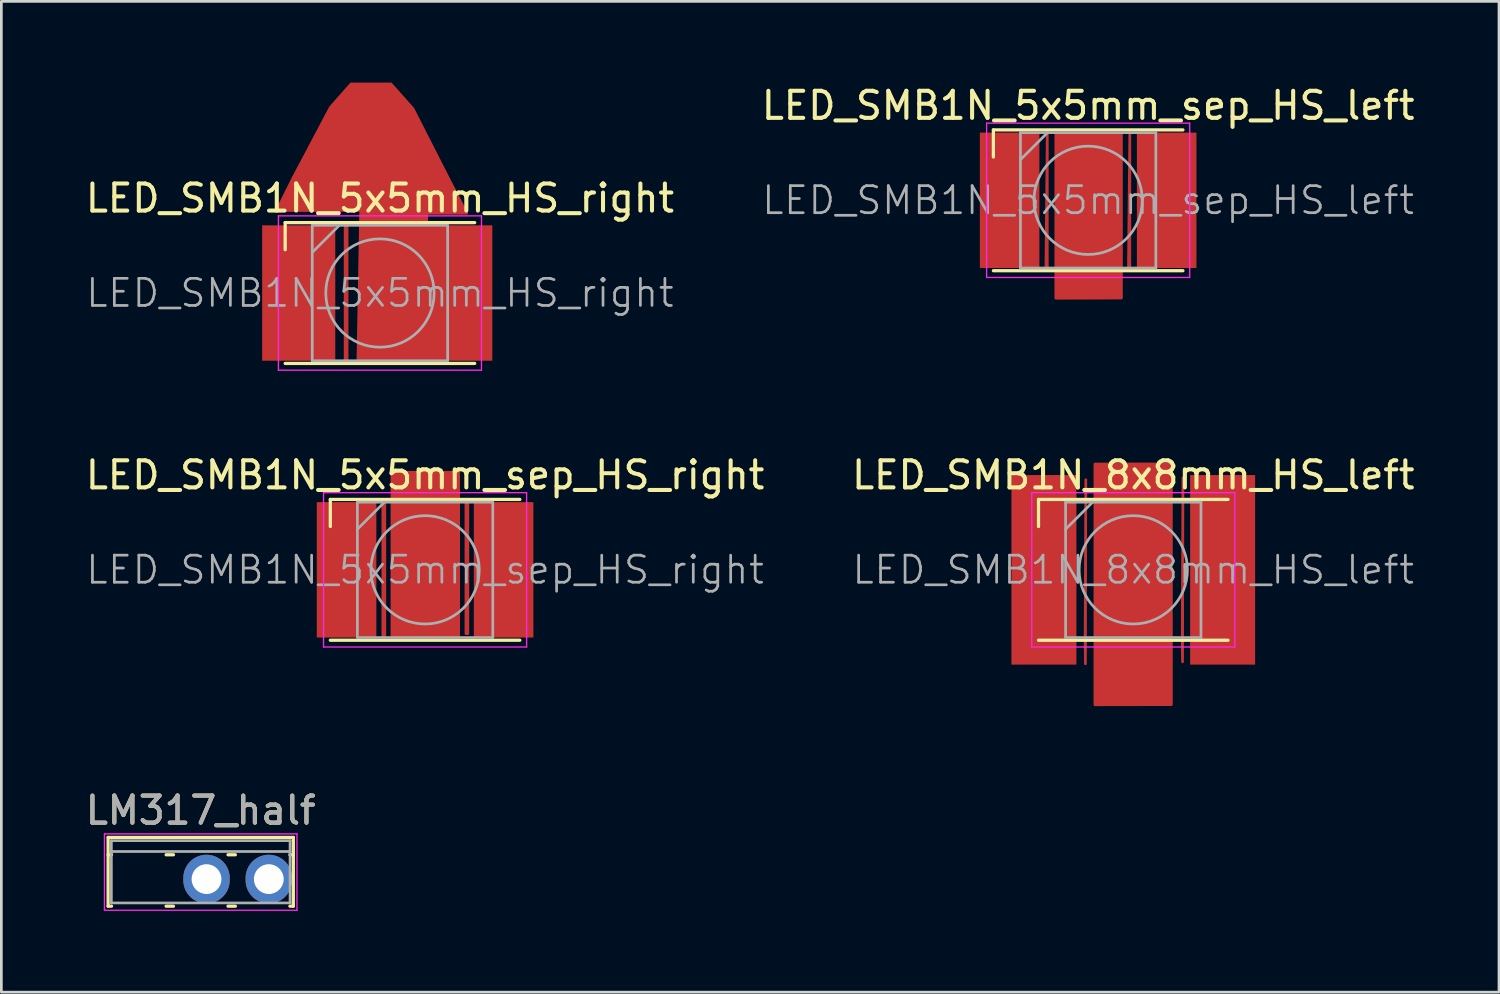
<source format=kicad_pcb>
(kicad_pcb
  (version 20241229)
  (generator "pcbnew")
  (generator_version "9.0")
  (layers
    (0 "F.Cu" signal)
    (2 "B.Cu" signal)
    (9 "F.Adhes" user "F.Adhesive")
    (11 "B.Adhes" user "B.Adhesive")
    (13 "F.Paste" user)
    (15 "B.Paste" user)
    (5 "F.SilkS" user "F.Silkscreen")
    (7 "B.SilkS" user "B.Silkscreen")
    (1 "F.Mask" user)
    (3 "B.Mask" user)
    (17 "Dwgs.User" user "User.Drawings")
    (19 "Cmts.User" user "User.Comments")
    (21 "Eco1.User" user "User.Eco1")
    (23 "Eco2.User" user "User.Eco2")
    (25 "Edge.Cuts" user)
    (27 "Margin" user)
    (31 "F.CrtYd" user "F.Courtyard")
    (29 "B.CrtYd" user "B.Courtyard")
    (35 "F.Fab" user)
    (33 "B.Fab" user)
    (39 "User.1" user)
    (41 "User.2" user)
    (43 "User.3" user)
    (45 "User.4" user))
  (footprint "LED_SMB1N_8x8mm_HS_left"
    (layer "F.Cu")
    (at 38.804 17.995)
    (property "Reference" "LED_SMB1N_8x8mm_HS_left" (at 0 -3.5 0) (layer "F.SilkS") (effects (font (size 1 1) (thickness 0.15))))
    (attr smd)
    (fp_poly (pts (xy -1.768 3.47) (xy -1.778 2.576) (xy -1.753 -3.327)) (stroke (width 0.1) (type solid)) (fill yes) (layer "F.Cu"))
    (fp_poly (pts (xy 1.819 3.399) (xy 1.808 2.504) (xy 1.834 -3.399)) (stroke (width 0.1) (type solid)) (fill yes) (layer "F.Cu"))
    (fp_poly (pts (xy 1.407 4.978) (xy -1.417 4.983) (xy -1.417 -3.907) (xy 1.407 -3.912)) (stroke (width 0.1) (type solid)) (fill yes) (layer "F.Cu"))
    (fp_line (start -3.5 -2.6) (end 3.5 -2.6) (stroke (width 0.12) (type solid)) (layer "F.SilkS"))
    (fp_line (start -3.5 -1.6) (end -3.5 -2.6) (stroke (width 0.12) (type solid)) (layer "F.SilkS"))
    (fp_line (start -3.5 2.6) (end 3.5 2.6) (stroke (width 0.12) (type solid)) (layer "F.SilkS"))
    (fp_line (start -3.75 -2.85) (end -3.75 2.85) (stroke (width 0.05) (type solid)) (layer "F.CrtYd"))
    (fp_line (start -3.75 2.85) (end 3.75 2.85) (stroke (width 0.05) (type solid)) (layer "F.CrtYd"))
    (fp_line (start 3.75 -2.85) (end -3.75 -2.85) (stroke (width 0.05) (type solid)) (layer "F.CrtYd"))
    (fp_line (start 3.75 2.85) (end 3.75 -2.85) (stroke (width 0.05) (type solid)) (layer "F.CrtYd"))
    (fp_line (start -2.5 -2.5) (end -2.5 2.5) (stroke (width 0.1) (type solid)) (layer "F.Fab"))
    (fp_line (start -2.5 2.5) (end 2.5 2.5) (stroke (width 0.1) (type solid)) (layer "F.Fab"))
    (fp_line (start -1.5 -2.5) (end -2.5 -1.5) (stroke (width 0.1) (type solid)) (layer "F.Fab"))
    (fp_line (start 2.5 -2.5) (end -2.5 -2.5) (stroke (width 0.1) (type solid)) (layer "F.Fab"))
    (fp_line (start 2.5 2.5) (end 2.5 -2.5) (stroke (width 0.1) (type solid)) (layer "F.Fab"))
    (fp_circle (center 0 0) (end 0 -2) (stroke (width 0.1) (type solid)) (fill no) (layer "F.Fab"))
    (fp_text user "${REFERENCE}" (at 0 0 0) (layer "F.Fab") (effects (font (size 1 1) (thickness 0.1))))
    (pad "1" smd rect (at -3.3 0) (size 2.4 7) (layers "F.Cu" "F.Mask" "F.Paste"))
    (pad "2" smd rect (at 3.3 0) (size 2.4 7) (layers "F.Cu" "F.Mask" "F.Paste")))
  (footprint "LED_SMB1N_5x5mm_sep_HS_right"
    (layer "F.Cu")
    (at 12.649 17.995)
    (property "Reference" "LED_SMB1N_5x5mm_sep_HS_right" (at 0 -3.5 0) (layer "F.SilkS") (effects (font (size 1 1) (thickness 0.15))))
    (attr smd)
    (fp_poly (pts (xy -1.488 2.464) (xy -1.56 2.464) (xy -1.56 -2.484) (xy -1.488 -2.484)) (stroke (width 0.1) (type solid)) (fill yes) (layer "F.Cu"))
    (fp_poly (pts (xy 1.24 2.479) (xy -1.224 2.479) (xy -1.224 -3.602) (xy 1.24 -3.602)) (stroke (width 0.1) (type solid)) (fill yes) (layer "F.Cu"))
    (fp_poly (pts (xy 1.58 2.357) (xy 1.509 2.357) (xy 1.509 -2.591) (xy 1.58 -2.591)) (stroke (width 0.1) (type solid)) (fill yes) (layer "F.Cu"))
    (fp_line (start -3.5 -2.6) (end 3.5 -2.6) (stroke (width 0.12) (type solid)) (layer "F.SilkS"))
    (fp_line (start -3.5 -1.6) (end -3.5 -2.6) (stroke (width 0.12) (type solid)) (layer "F.SilkS"))
    (fp_line (start -3.5 2.6) (end 3.5 2.6) (stroke (width 0.12) (type solid)) (layer "F.SilkS"))
    (fp_line (start -3.75 -2.85) (end -3.75 2.85) (stroke (width 0.05) (type solid)) (layer "F.CrtYd"))
    (fp_line (start -3.75 2.85) (end 3.75 2.85) (stroke (width 0.05) (type solid)) (layer "F.CrtYd"))
    (fp_line (start 3.75 -2.85) (end -3.75 -2.85) (stroke (width 0.05) (type solid)) (layer "F.CrtYd"))
    (fp_line (start 3.75 2.85) (end 3.75 -2.85) (stroke (width 0.05) (type solid)) (layer "F.CrtYd"))
    (fp_line (start -2.5 -2.5) (end -2.5 2.5) (stroke (width 0.1) (type solid)) (layer "F.Fab"))
    (fp_line (start -2.5 2.5) (end 2.5 2.5) (stroke (width 0.1) (type solid)) (layer "F.Fab"))
    (fp_line (start -1.5 -2.5) (end -2.5 -1.5) (stroke (width 0.1) (type solid)) (layer "F.Fab"))
    (fp_line (start 2.5 -2.5) (end -2.5 -2.5) (stroke (width 0.1) (type solid)) (layer "F.Fab"))
    (fp_line (start 2.5 2.5) (end 2.5 -2.5) (stroke (width 0.1) (type solid)) (layer "F.Fab"))
    (fp_circle (center 0 0) (end 0 -2) (stroke (width 0.1) (type solid)) (fill no) (layer "F.Fab"))
    (fp_text user "${REFERENCE}" (at 0 0 0) (layer "F.Fab") (effects (font (size 1 1) (thickness 0.1))))
    (pad "1" smd rect (at -2.9 0) (size 2.2 5) (layers "F.Cu" "F.Mask" "F.Paste"))
    (pad "2" smd rect (at 2.9 0) (size 2.2 5) (layers "F.Cu" "F.Mask" "F.Paste")))
  (footprint "LED_SMB1N_5x5mm_HS_right"
    (layer "F.Cu")
    (at 10.982 7.772)
    (property "Reference" "LED_SMB1N_5x5mm_HS_right" (at 0 -3.5 0) (layer "F.SilkS") (effects (font (size 1 1) (thickness 0.15))))
    (attr smd)
    (fp_poly (pts (xy -1.214 2.464) (xy -1.285 2.464) (xy -1.285 -2.484) (xy -1.214 -2.484)) (stroke (width 0.1) (type solid)) (fill yes) (layer "F.Cu"))
    (fp_poly (pts (xy 1.727 -2.946) (xy 3.2 -2.946) (xy 2.54 -4.216) (xy 1.219 -6.807) (xy 0.406 -7.722) (xy -1.067 -7.722) (xy -1.829 -6.858) (xy -3.2 -4.267) (xy -3.81 -3.048) (xy -0.711 -3.048) (xy -0.813 2.438) (xy 1.727 2.438)) (stroke (width 0.1) (type solid)) (fill yes) (layer "F.Cu"))
    (fp_line (start -3.5 -2.6) (end 3.5 -2.6) (stroke (width 0.12) (type solid)) (layer "F.SilkS"))
    (fp_line (start -3.5 -1.6) (end -3.5 -2.6) (stroke (width 0.12) (type solid)) (layer "F.SilkS"))
    (fp_line (start -3.5 2.6) (end 3.5 2.6) (stroke (width 0.12) (type solid)) (layer "F.SilkS"))
    (fp_line (start -3.75 -2.85) (end -3.75 2.85) (stroke (width 0.05) (type solid)) (layer "F.CrtYd"))
    (fp_line (start -3.75 2.85) (end 3.75 2.85) (stroke (width 0.05) (type solid)) (layer "F.CrtYd"))
    (fp_line (start 3.75 -2.85) (end -3.75 -2.85) (stroke (width 0.05) (type solid)) (layer "F.CrtYd"))
    (fp_line (start 3.75 2.85) (end 3.75 -2.85) (stroke (width 0.05) (type solid)) (layer "F.CrtYd"))
    (fp_line (start -2.5 -2.5) (end -2.5 2.5) (stroke (width 0.1) (type solid)) (layer "F.Fab"))
    (fp_line (start -2.5 2.5) (end 2.5 2.5) (stroke (width 0.1) (type solid)) (layer "F.Fab"))
    (fp_line (start -1.5 -2.5) (end -2.5 -1.5) (stroke (width 0.1) (type solid)) (layer "F.Fab"))
    (fp_line (start 2.5 -2.5) (end -2.5 -2.5) (stroke (width 0.1) (type solid)) (layer "F.Fab"))
    (fp_line (start 2.5 2.5) (end 2.5 -2.5) (stroke (width 0.1) (type solid)) (layer "F.Fab"))
    (fp_circle (center 0 0) (end 0 -2) (stroke (width 0.1) (type solid)) (fill no) (layer "F.Fab"))
    (fp_text user "${REFERENCE}" (at 0 0 0) (layer "F.Fab") (effects (font (size 1 1) (thickness 0.1))))
    (pad "1" smd rect (at -3 0) (size 2.7 5) (layers "F.Cu" "F.Mask" "F.Paste"))
    (pad "2" smd rect (at 2.8 0) (size 2.7 5) (layers "F.Cu" "F.Mask" "F.Paste")))
  (footprint "LED_SMB1N_5x5mm_sep_HS_left"
    (layer "F.Cu")
    (at 37.137 4.348)
    (property "Reference" "LED_SMB1N_5x5mm_sep_HS_left" (at 0 -3.5 0) (layer "F.SilkS") (effects (font (size 1 1) (thickness 0.15))))
    (attr smd)
    (fp_poly (pts (xy -1.509 2.53) (xy -1.56 2.53) (xy -1.509 -2.55)) (stroke (width 0.1) (type solid)) (fill yes) (layer "F.Cu"))
    (fp_poly (pts (xy 1.539 2.591) (xy 1.488 2.591) (xy 1.539 -2.489)) (stroke (width 0.1) (type solid)) (fill yes) (layer "F.Cu"))
    (fp_poly (pts (xy 1.229 3.609) (xy -1.194 3.617) (xy -1.194 -2.443) (xy 1.229 -2.451)) (stroke (width 0.1) (type solid)) (fill yes) (layer "F.Cu"))
    (fp_line (start -3.5 -2.6) (end 3.5 -2.6) (stroke (width 0.12) (type solid)) (layer "F.SilkS"))
    (fp_line (start -3.5 -1.6) (end -3.5 -2.6) (stroke (width 0.12) (type solid)) (layer "F.SilkS"))
    (fp_line (start -3.5 2.6) (end 3.5 2.6) (stroke (width 0.12) (type solid)) (layer "F.SilkS"))
    (fp_line (start -3.75 -2.85) (end -3.75 2.85) (stroke (width 0.05) (type solid)) (layer "F.CrtYd"))
    (fp_line (start -3.75 2.85) (end 3.75 2.85) (stroke (width 0.05) (type solid)) (layer "F.CrtYd"))
    (fp_line (start 3.75 -2.85) (end -3.75 -2.85) (stroke (width 0.05) (type solid)) (layer "F.CrtYd"))
    (fp_line (start 3.75 2.85) (end 3.75 -2.85) (stroke (width 0.05) (type solid)) (layer "F.CrtYd"))
    (fp_line (start -2.5 -2.5) (end -2.5 2.5) (stroke (width 0.1) (type solid)) (layer "F.Fab"))
    (fp_line (start -2.5 2.5) (end 2.5 2.5) (stroke (width 0.1) (type solid)) (layer "F.Fab"))
    (fp_line (start -1.5 -2.5) (end -2.5 -1.5) (stroke (width 0.1) (type solid)) (layer "F.Fab"))
    (fp_line (start 2.5 -2.5) (end -2.5 -2.5) (stroke (width 0.1) (type solid)) (layer "F.Fab"))
    (fp_line (start 2.5 2.5) (end 2.5 -2.5) (stroke (width 0.1) (type solid)) (layer "F.Fab"))
    (fp_circle (center 0 0) (end 0 -2) (stroke (width 0.1) (type solid)) (fill no) (layer "F.Fab"))
    (fp_text user "${REFERENCE}" (at 0 0 0) (layer "F.Fab") (effects (font (size 1 1) (thickness 0.1))))
    (pad "1" smd rect (at -2.9 0) (size 2.2 5) (layers "F.Cu" "F.Mask" "F.Paste"))
    (pad "2" smd rect (at 2.9 0) (size 2.2 5) (layers "F.Cu" "F.Mask" "F.Paste")))
  (footprint "LM317_half"
    (layer "F.Cu")
    (at 2.077 29.417)
    (property "Reference" "LM317_half" (at 2.286 -2.54 0) (layer "F.SilkS") (effects (font (size 1 1) (thickness 0.15))))
    (attr through_hole)
    (fp_line (start -1.134 -1.54) (end -1.134 1) (stroke (width 0.12) (type solid)) (layer "F.SilkS"))
    (fp_line (start -1.134 -1.54) (end 5.706 -1.54) (stroke (width 0.12) (type solid)) (layer "F.SilkS"))
    (fp_line (start -1.134 -0.9) (end -1.008 -0.9) (stroke (width 0.12) (type solid)) (layer "F.SilkS"))
    (fp_line (start -1.134 1) (end -1.008 1) (stroke (width 0.12) (type solid)) (layer "F.SilkS"))
    (fp_line (start 1.008 -0.9) (end 1.279 -0.9) (stroke (width 0.12) (type solid)) (layer "F.SilkS"))
    (fp_line (start 1.008 1) (end 1.279 1) (stroke (width 0.12) (type solid)) (layer "F.SilkS"))
    (fp_line (start 3.294 -0.9) (end 3.565 -0.9) (stroke (width 0.12) (type solid)) (layer "F.SilkS"))
    (fp_line (start 3.294 1) (end 3.565 1) (stroke (width 0.12) (type solid)) (layer "F.SilkS"))
    (fp_line (start 5.58 -0.9) (end 5.706 -0.9) (stroke (width 0.12) (type solid)) (layer "F.SilkS"))
    (fp_line (start 5.58 1) (end 5.706 1) (stroke (width 0.12) (type solid)) (layer "F.SilkS"))
    (fp_line (start 5.706 -1.54) (end 5.706 1) (stroke (width 0.12) (type solid)) (layer "F.SilkS"))
    (fp_line (start -1.27 -1.67) (end -1.27 1.15) (stroke (width 0.05) (type solid)) (layer "F.CrtYd"))
    (fp_line (start -1.27 1.15) (end 5.84 1.15) (stroke (width 0.05) (type solid)) (layer "F.CrtYd"))
    (fp_line (start 5.84 -1.67) (end -1.27 -1.67) (stroke (width 0.05) (type solid)) (layer "F.CrtYd"))
    (fp_line (start 5.84 1.15) (end 5.84 -1.67) (stroke (width 0.05) (type solid)) (layer "F.CrtYd"))
    (fp_line (start -1.014 -1.42) (end -1.014 0.88) (stroke (width 0.1) (type solid)) (layer "F.Fab"))
    (fp_line (start -1.014 -1.02) (end 5.586 -1.02) (stroke (width 0.1) (type solid)) (layer "F.Fab"))
    (fp_line (start -1.014 0.88) (end 5.586 0.88) (stroke (width 0.1) (type solid)) (layer "F.Fab"))
    (fp_line (start 5.586 -1.42) (end -1.014 -1.42) (stroke (width 0.1) (type solid)) (layer "F.Fab"))
    (fp_line (start 5.586 0.88) (end 5.586 -1.42) (stroke (width 0.1) (type solid)) (layer "F.Fab"))
    (fp_text user "${REFERENCE}" (at 2.286 -2.54 0) (layer "F.Fab") (effects (font (size 1 1) (thickness 0.15))))
    (pad "2" thru_hole oval (at 2.5 0) (size 1.714 1.8) (drill 1.1) (layers "*.Cu" "*.Mask"))
    (pad "3" thru_hole oval (at 4.8 0) (size 1.714 1.8) (drill 1.1) (layers "*.Cu" "*.Mask")))
  (gr_rect
    (start -3 -3)
    (end 52.31 33.592)
    (stroke (width 0.1) (type default))
    (fill no)
    (layer "Edge.Cuts")))
</source>
